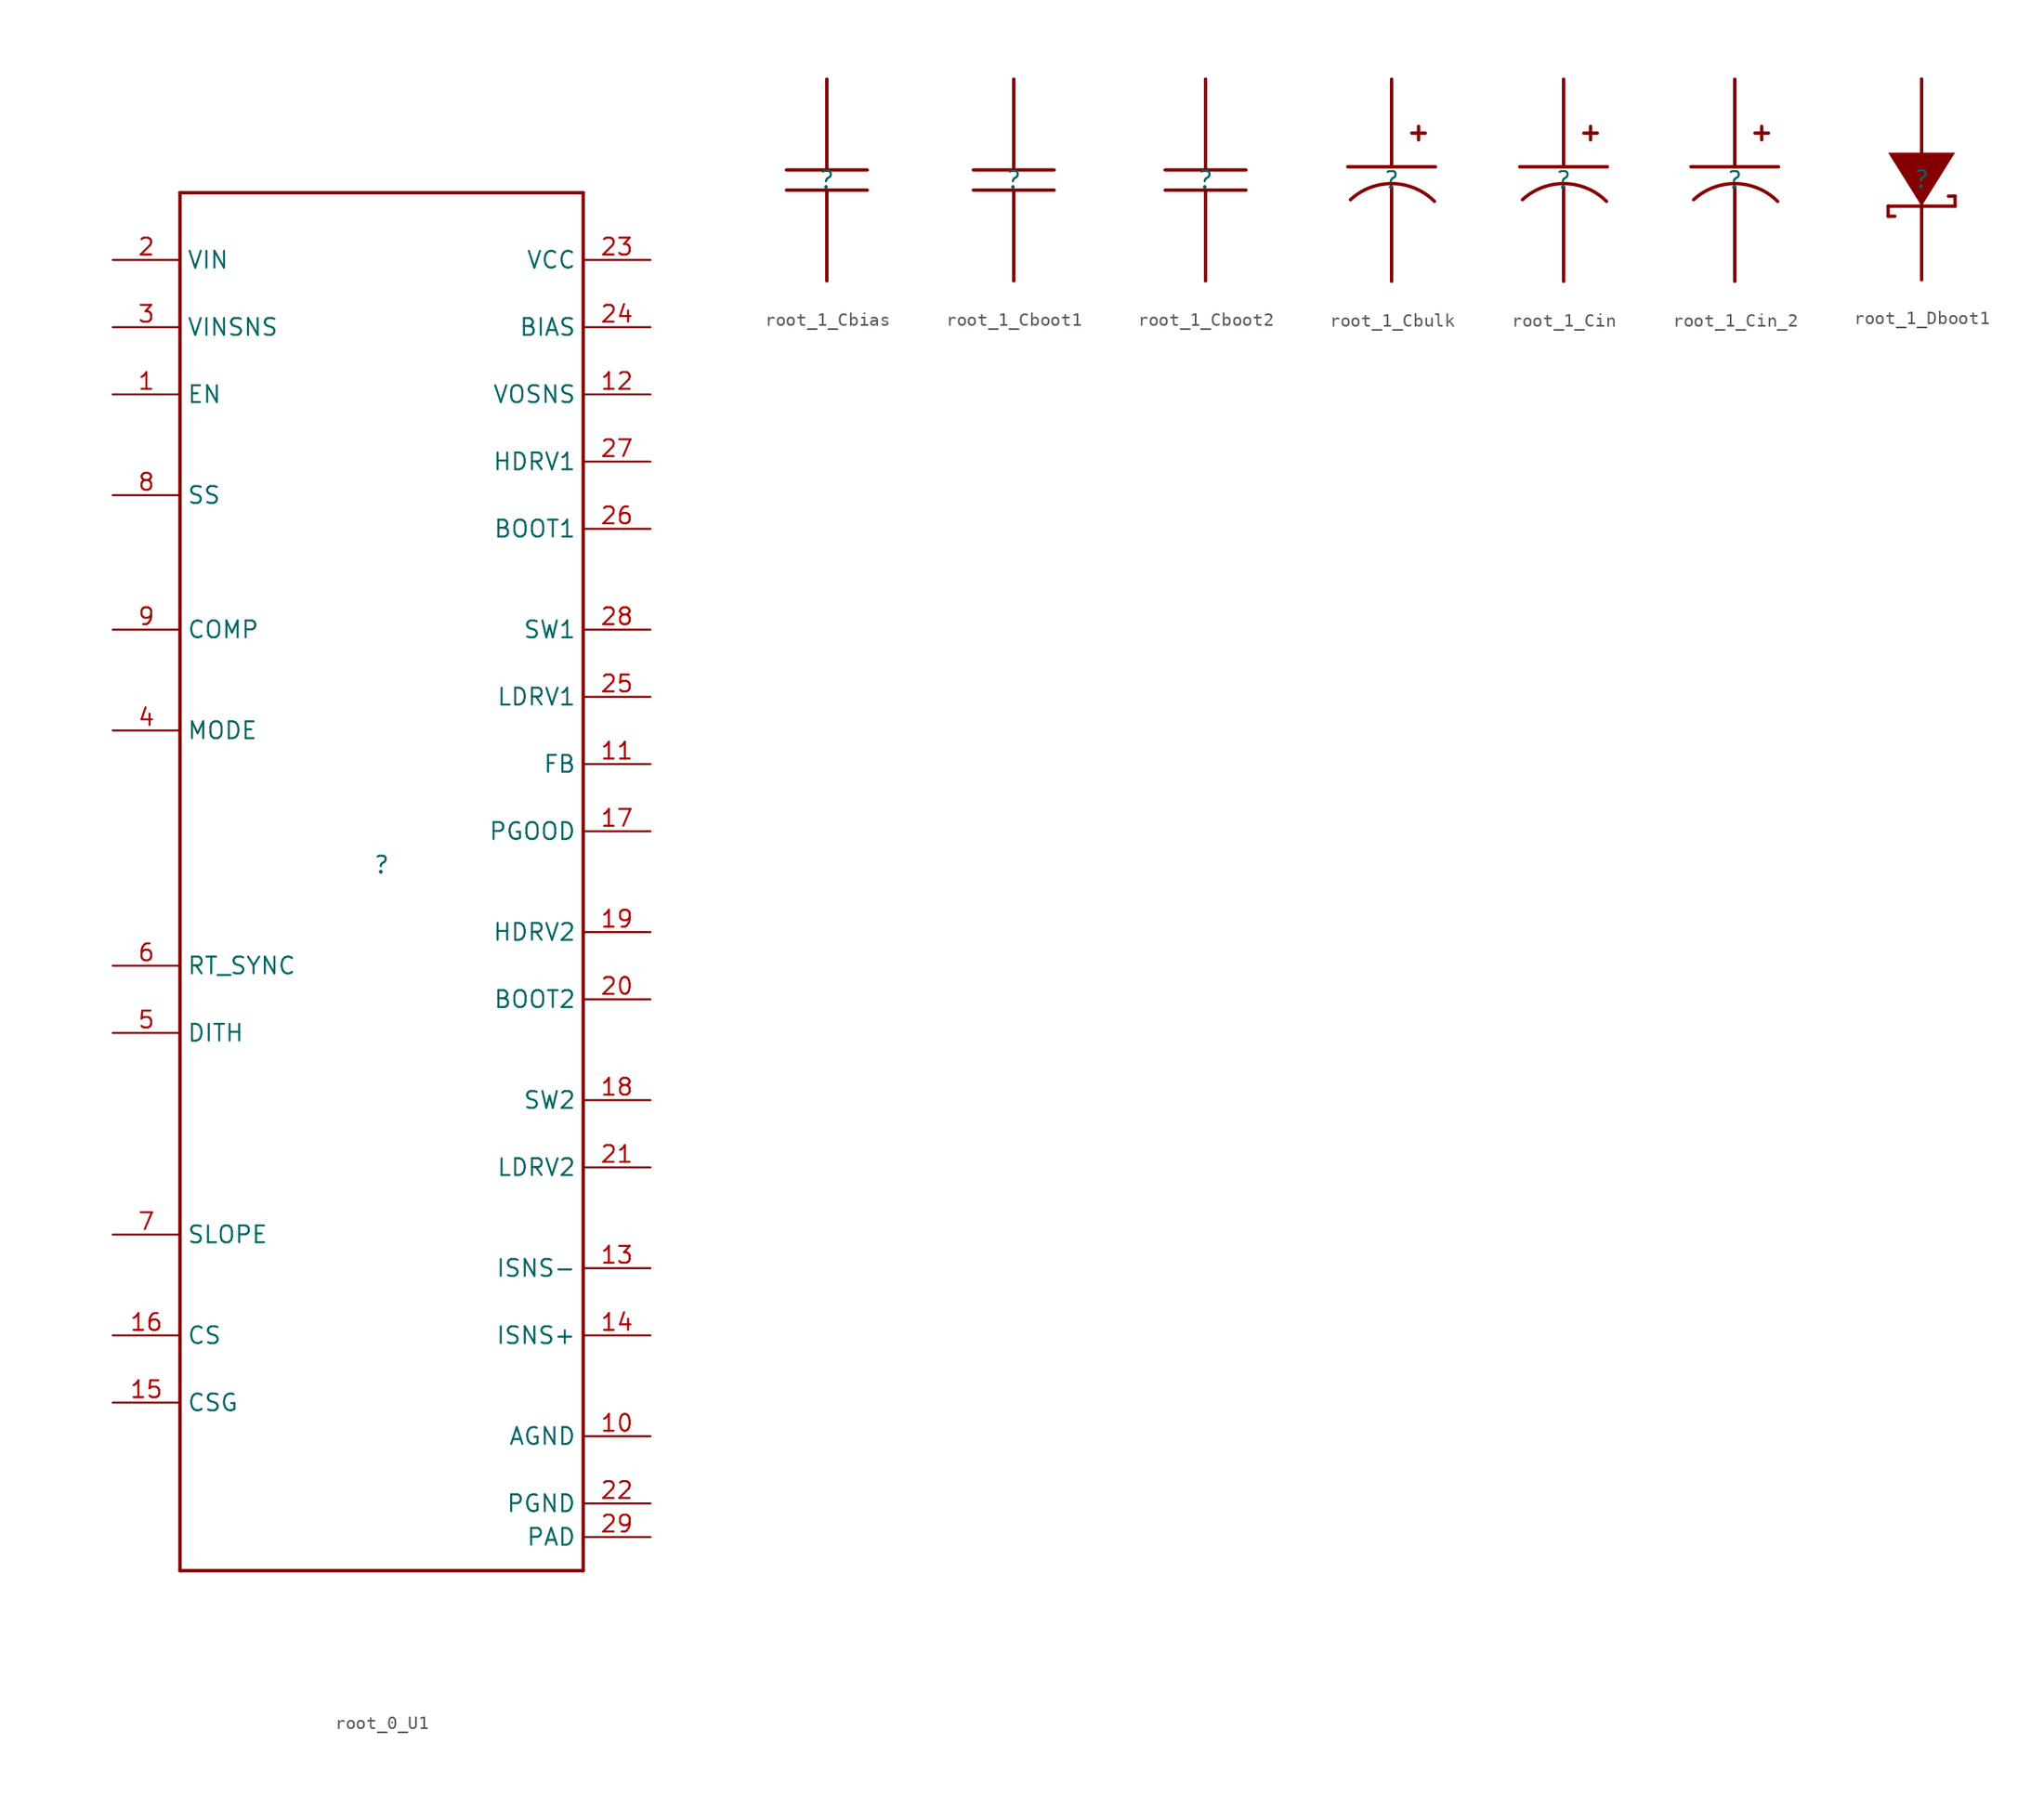
<source format=kicad_sym>
(kicad_symbol_lib
  (version 20231120)
  (generator "kicad_symbol_editor")
  (generator_version "8.0")
  (symbol "root_0_U1"
    (property "Reference" ""
      (at 0 0 0)
      (effects (font (size 1.27 1.27))))
    (property "Value" ""
      (at 0 0 0)
      (effects (font (size 1.27 1.27))))
    (symbol "root_0_U1_1_0"
      (polyline (pts (xy -15.24 -53.34) (xy 15.24 -53.34)) (stroke (width 0.254) (type solid)) (fill (type none)))
      (polyline (pts (xy -15.24 50.8) (xy -15.24 -53.34)) (stroke (width 0.254) (type solid)) (fill (type none)))
      (polyline (pts (xy 15.24 -53.34) (xy 15.24 50.8)) (stroke (width 0.254) (type solid)) (fill (type none)))
      (polyline (pts (xy 15.24 50.8) (xy -15.24 50.8)) (stroke (width 0.254) (type solid)) (fill (type none)))
      (pin input line (at -20.32 35.56 0) (length 5.08) (name "EN" (effects (font (size 1.27 1.27)))) (number "1" (effects (font (size 1.27 1.27)))))
      (pin power_in line (at 20.32 -43.18 180) (length 5.08) (name "AGND" (effects (font (size 1.27 1.27)))) (number "10" (effects (font (size 1.27 1.27)))))
      (pin input line (at 20.32 7.62 180) (length 5.08) (name "FB" (effects (font (size 1.27 1.27)))) (number "11" (effects (font (size 1.27 1.27)))))
      (pin input line (at 20.32 35.56 180) (length 5.08) (name "VOSNS" (effects (font (size 1.27 1.27)))) (number "12" (effects (font (size 1.27 1.27)))))
      (pin input line (at 20.32 -30.48 180) (length 5.08) (name "ISNS-" (effects (font (size 1.27 1.27)))) (number "13" (effects (font (size 1.27 1.27)))))
      (pin input line (at 20.32 -35.56 180) (length 5.08) (name "ISNS+" (effects (font (size 1.27 1.27)))) (number "14" (effects (font (size 1.27 1.27)))))
      (pin input line (at -20.32 -40.64 0) (length 5.08) (name "CSG" (effects (font (size 1.27 1.27)))) (number "15" (effects (font (size 1.27 1.27)))))
      (pin input line (at -20.32 -35.56 0) (length 5.08) (name "CS" (effects (font (size 1.27 1.27)))) (number "16" (effects (font (size 1.27 1.27)))))
      (pin output line (at 20.32 2.54 180) (length 5.08) (name "PGOOD" (effects (font (size 1.27 1.27)))) (number "17" (effects (font (size 1.27 1.27)))))
      (pin power_in line (at 20.32 -17.78 180) (length 5.08) (name "SW2" (effects (font (size 1.27 1.27)))) (number "18" (effects (font (size 1.27 1.27)))))
      (pin output line (at 20.32 -5.08 180) (length 5.08) (name "HDRV2" (effects (font (size 1.27 1.27)))) (number "19" (effects (font (size 1.27 1.27)))))
      (pin power_in line (at -20.32 45.72 0) (length 5.08) (name "VIN" (effects (font (size 1.27 1.27)))) (number "2" (effects (font (size 1.27 1.27)))))
      (pin power_in line (at 20.32 -10.16 180) (length 5.08) (name "BOOT2" (effects (font (size 1.27 1.27)))) (number "20" (effects (font (size 1.27 1.27)))))
      (pin output line (at 20.32 -22.86 180) (length 5.08) (name "LDRV2" (effects (font (size 1.27 1.27)))) (number "21" (effects (font (size 1.27 1.27)))))
      (pin power_in line (at 20.32 -48.26 180) (length 5.08) (name "PGND" (effects (font (size 1.27 1.27)))) (number "22" (effects (font (size 1.27 1.27)))))
      (pin power_in line (at 20.32 45.72 180) (length 5.08) (name "VCC" (effects (font (size 1.27 1.27)))) (number "23" (effects (font (size 1.27 1.27)))))
      (pin power_in line (at 20.32 40.64 180) (length 5.08) (name "BIAS" (effects (font (size 1.27 1.27)))) (number "24" (effects (font (size 1.27 1.27)))))
      (pin output line (at 20.32 12.7 180) (length 5.08) (name "LDRV1" (effects (font (size 1.27 1.27)))) (number "25" (effects (font (size 1.27 1.27)))))
      (pin power_in line (at 20.32 25.4 180) (length 5.08) (name "BOOT1" (effects (font (size 1.27 1.27)))) (number "26" (effects (font (size 1.27 1.27)))))
      (pin output line (at 20.32 30.48 180) (length 5.08) (name "HDRV1" (effects (font (size 1.27 1.27)))) (number "27" (effects (font (size 1.27 1.27)))))
      (pin power_in line (at 20.32 17.78 180) (length 5.08) (name "SW1" (effects (font (size 1.27 1.27)))) (number "28" (effects (font (size 1.27 1.27)))))
      (pin power_in line (at 20.32 -50.8 180) (length 5.08) (name "PAD" (effects (font (size 1.27 1.27)))) (number "29" (effects (font (size 1.27 1.27)))))
      (pin input line (at -20.32 40.64 0) (length 5.08) (name "VINSNS" (effects (font (size 1.27 1.27)))) (number "3" (effects (font (size 1.27 1.27)))))
      (pin input line (at -20.32 10.16 0) (length 5.08) (name "MODE" (effects (font (size 1.27 1.27)))) (number "4" (effects (font (size 1.27 1.27)))))
      (pin passive line (at -20.32 -12.7 0) (length 5.08) (name "DITH" (effects (font (size 1.27 1.27)))) (number "5" (effects (font (size 1.27 1.27)))))
      (pin input line (at -20.32 -7.62 0) (length 5.08) (name "RT_SYNC" (effects (font (size 1.27 1.27)))) (number "6" (effects (font (size 1.27 1.27)))))
      (pin input line (at -20.32 -27.94 0) (length 5.08) (name "SLOPE" (effects (font (size 1.27 1.27)))) (number "7" (effects (font (size 1.27 1.27)))))
      (pin input line (at -20.32 27.94 0) (length 5.08) (name "SS" (effects (font (size 1.27 1.27)))) (number "8" (effects (font (size 1.27 1.27)))))
      (pin output line (at -20.32 17.78 0) (length 5.08) (name "COMP" (effects (font (size 1.27 1.27)))) (number "9" (effects (font (size 1.27 1.27)))))))
  (symbol "root_1_Cbias"
    (property "Reference" ""
      (at 0 0 0)
      (effects (font (size 1.27 1.27))))
    (property "Value" ""
      (at 0 0 0)
      (effects (font (size 1.27 1.27))))
    (symbol "root_1_Cbias_1_0"
      (polyline (pts (xy 0 -7.62) (xy 0 -5.08)) (stroke (width 0.254) (type solid)) (fill (type none)))
      (polyline (pts (xy 0 -5.08) (xy 0 -0.762)) (stroke (width 0.254) (type solid)) (fill (type none)))
      (polyline (pts (xy 0 0.762) (xy 0 5.08)) (stroke (width 0.254) (type solid)) (fill (type none)))
      (polyline (pts (xy 0 7.62) (xy 0 5.08)) (stroke (width 0.254) (type solid)) (fill (type none)))
      (polyline (pts (xy 3.048 -0.762) (xy -3.048 -0.762)) (stroke (width 0.254) (type solid)) (fill (type none)))
      (polyline (pts (xy 3.048 0.762) (xy -3.048 0.762)) (stroke (width 0.254) (type solid)) (fill (type none)))
      (pin passive line (at 0 7.62 270) (length 2.54) (name "1" (effects (font (size 0 0)))) (number "1" (effects (font (size 0 0)))))
      (pin passive line (at 0 -7.62 90) (length 2.54) (name "2" (effects (font (size 0 0)))) (number "2" (effects (font (size 0 0)))))))
  (symbol "root_1_Cboot1"
    (property "Reference" ""
      (at 0 0 0)
      (effects (font (size 1.27 1.27))))
    (property "Value" ""
      (at 0 0 0)
      (effects (font (size 1.27 1.27))))
    (symbol "root_1_Cboot1_1_0"
      (polyline (pts (xy 0 -7.62) (xy 0 -5.08)) (stroke (width 0.254) (type solid)) (fill (type none)))
      (polyline (pts (xy 0 -5.08) (xy 0 -0.762)) (stroke (width 0.254) (type solid)) (fill (type none)))
      (polyline (pts (xy 0 0.762) (xy 0 5.08)) (stroke (width 0.254) (type solid)) (fill (type none)))
      (polyline (pts (xy 0 7.62) (xy 0 5.08)) (stroke (width 0.254) (type solid)) (fill (type none)))
      (polyline (pts (xy 3.048 -0.762) (xy -3.048 -0.762)) (stroke (width 0.254) (type solid)) (fill (type none)))
      (polyline (pts (xy 3.048 0.762) (xy -3.048 0.762)) (stroke (width 0.254) (type solid)) (fill (type none)))
      (pin passive line (at 0 7.62 270) (length 2.54) (name "1" (effects (font (size 0 0)))) (number "1" (effects (font (size 0 0)))))
      (pin passive line (at 0 -7.62 90) (length 2.54) (name "2" (effects (font (size 0 0)))) (number "2" (effects (font (size 0 0)))))))
  (symbol "root_1_Cboot2"
    (property "Reference" ""
      (at 0 0 0)
      (effects (font (size 1.27 1.27))))
    (property "Value" ""
      (at 0 0 0)
      (effects (font (size 1.27 1.27))))
    (symbol "root_1_Cboot2_1_0"
      (polyline (pts (xy 0 -7.62) (xy 0 -5.08)) (stroke (width 0.254) (type solid)) (fill (type none)))
      (polyline (pts (xy 0 -5.08) (xy 0 -0.762)) (stroke (width 0.254) (type solid)) (fill (type none)))
      (polyline (pts (xy 0 0.762) (xy 0 5.08)) (stroke (width 0.254) (type solid)) (fill (type none)))
      (polyline (pts (xy 0 7.62) (xy 0 5.08)) (stroke (width 0.254) (type solid)) (fill (type none)))
      (polyline (pts (xy 3.048 -0.762) (xy -3.048 -0.762)) (stroke (width 0.254) (type solid)) (fill (type none)))
      (polyline (pts (xy 3.048 0.762) (xy -3.048 0.762)) (stroke (width 0.254) (type solid)) (fill (type none)))
      (pin passive line (at 0 7.62 270) (length 2.54) (name "1" (effects (font (size 0 0)))) (number "1" (effects (font (size 0 0)))))
      (pin passive line (at 0 -7.62 90) (length 2.54) (name "2" (effects (font (size 0 0)))) (number "2" (effects (font (size 0 0)))))))
  (symbol "root_1_Cbulk"
    (property "Reference" ""
      (at 0 0 0)
      (effects (font (size 1.27 1.27))))
    (property "Value" ""
      (at 0 0 0)
      (effects (font (size 1.27 1.27))))
    (symbol "root_1_Cbulk_1_0"
      (polyline (pts (xy 0 -7.62) (xy 0 -0.508)) (stroke (width 0.254) (type solid)) (fill (type none)))
      (polyline (pts (xy 0 1.016) (xy 0 7.62)) (stroke (width 0.254) (type solid)) (fill (type none)))
      (polyline (pts (xy 2.032 3.048) (xy 2.032 4.064)) (stroke (width 0.254) (type solid)) (fill (type none)))
      (polyline (pts (xy 2.54 3.556) (xy 1.524 3.556)) (stroke (width 0.254) (type solid)) (fill (type none)))
      (polyline (pts (xy 3.302 1.016) (xy -3.302 1.016)) (stroke (width 0.254) (type solid)) (fill (type none)))
      (arc (start 3.2329 -1.5931) (mid 0.0914 -0.2549) (end -3.1011 -1.4665) (stroke (width 0.254) (type solid)) (fill (type none)))
      (pin passive line (at 0 7.62 270) (length 2.54) (name "+" (effects (font (size 0 0)))) (number "1" (effects (font (size 0 0)))))
      (pin passive line (at 0 -7.62 90) (length 2.54) (name "-" (effects (font (size 0 0)))) (number "2" (effects (font (size 0 0)))))))
  (symbol "root_1_Cin"
    (property "Reference" ""
      (at 0 0 0)
      (effects (font (size 1.27 1.27))))
    (property "Value" ""
      (at 0 0 0)
      (effects (font (size 1.27 1.27))))
    (symbol "root_1_Cin_1_0"
      (polyline (pts (xy 0 -7.62) (xy 0 -0.508)) (stroke (width 0.254) (type solid)) (fill (type none)))
      (polyline (pts (xy 0 1.016) (xy 0 7.62)) (stroke (width 0.254) (type solid)) (fill (type none)))
      (polyline (pts (xy 2.032 3.048) (xy 2.032 4.064)) (stroke (width 0.254) (type solid)) (fill (type none)))
      (polyline (pts (xy 2.54 3.556) (xy 1.524 3.556)) (stroke (width 0.254) (type solid)) (fill (type none)))
      (polyline (pts (xy 3.302 1.016) (xy -3.302 1.016)) (stroke (width 0.254) (type solid)) (fill (type none)))
      (arc (start 3.2329 -1.5931) (mid 0.0914 -0.2549) (end -3.1011 -1.4665) (stroke (width 0.254) (type solid)) (fill (type none)))
      (pin passive line (at 0 7.62 270) (length 2.54) (name "+" (effects (font (size 0 0)))) (number "1" (effects (font (size 0 0)))))
      (pin passive line (at 0 -7.62 90) (length 2.54) (name "-" (effects (font (size 0 0)))) (number "2" (effects (font (size 0 0)))))))
  (symbol "root_1_Cin_2"
    (property "Reference" ""
      (at 0 0 0)
      (effects (font (size 1.27 1.27))))
    (property "Value" ""
      (at 0 0 0)
      (effects (font (size 1.27 1.27))))
    (symbol "root_1_Cin_2_1_0"
      (polyline (pts (xy 0 -7.62) (xy 0 -0.508)) (stroke (width 0.254) (type solid)) (fill (type none)))
      (polyline (pts (xy 0 1.016) (xy 0 7.62)) (stroke (width 0.254) (type solid)) (fill (type none)))
      (polyline (pts (xy 2.032 3.048) (xy 2.032 4.064)) (stroke (width 0.254) (type solid)) (fill (type none)))
      (polyline (pts (xy 2.54 3.556) (xy 1.524 3.556)) (stroke (width 0.254) (type solid)) (fill (type none)))
      (polyline (pts (xy 3.302 1.016) (xy -3.302 1.016)) (stroke (width 0.254) (type solid)) (fill (type none)))
      (arc (start 3.2329 -1.5931) (mid 0.0914 -0.2549) (end -3.1011 -1.4665) (stroke (width 0.254) (type solid)) (fill (type none)))
      (pin passive line (at 0 7.62 270) (length 2.54) (name "+" (effects (font (size 0 0)))) (number "1" (effects (font (size 0 0)))))
      (pin passive line (at 0 -7.62 90) (length 2.54) (name "-" (effects (font (size 0 0)))) (number "2" (effects (font (size 0 0)))))))
  (symbol "root_1_Dboot1"
    (property "Reference" ""
      (at 0 0 0)
      (effects (font (size 1.27 1.27))))
    (property "Value" ""
      (at 0 0 0)
      (effects (font (size 1.27 1.27))))
    (symbol "root_1_Dboot1_1_0"
      (polyline (pts (xy -2.54 -2.794) (xy -2.54 -2.032)) (stroke (width 0.254) (type solid)) (fill (type none)))
      (polyline (pts (xy -2.54 -2.032) (xy 2.54 -2.032)) (stroke (width 0.254) (type solid)) (fill (type none)))
      (polyline (pts (xy -2.032 -2.794) (xy -2.54 -2.794)) (stroke (width 0.254) (type solid)) (fill (type none)))
      (polyline (pts (xy 0 -7.62) (xy 0 7.62)) (stroke (width 0.254) (type solid)) (fill (type none)))
      (polyline (pts (xy 2.54 -2.032) (xy 2.54 -1.27)) (stroke (width 0.254) (type solid)) (fill (type none)))
      (polyline (pts (xy 2.54 -1.27) (xy 2.032 -1.27)) (stroke (width 0.254) (type solid)) (fill (type none)))
      (polyline (pts (xy -2.54 2.032) (xy 0 -2.032) (xy 2.54 2.032) (xy -2.54 2.032)) (stroke (width -0.0001) (type solid)) (fill (type outline)))
      (pin passive line (at 0 -7.62 90) (length 2.54) (name "K" (effects (font (size 0 0)))) (number "1" (effects (font (size 0 0)))))
      (pin passive line (at 0 7.62 270) (length 2.54) (name "A" (effects (font (size 0 0)))) (number "2" (effects (font (size 0 0))))))))
</source>
